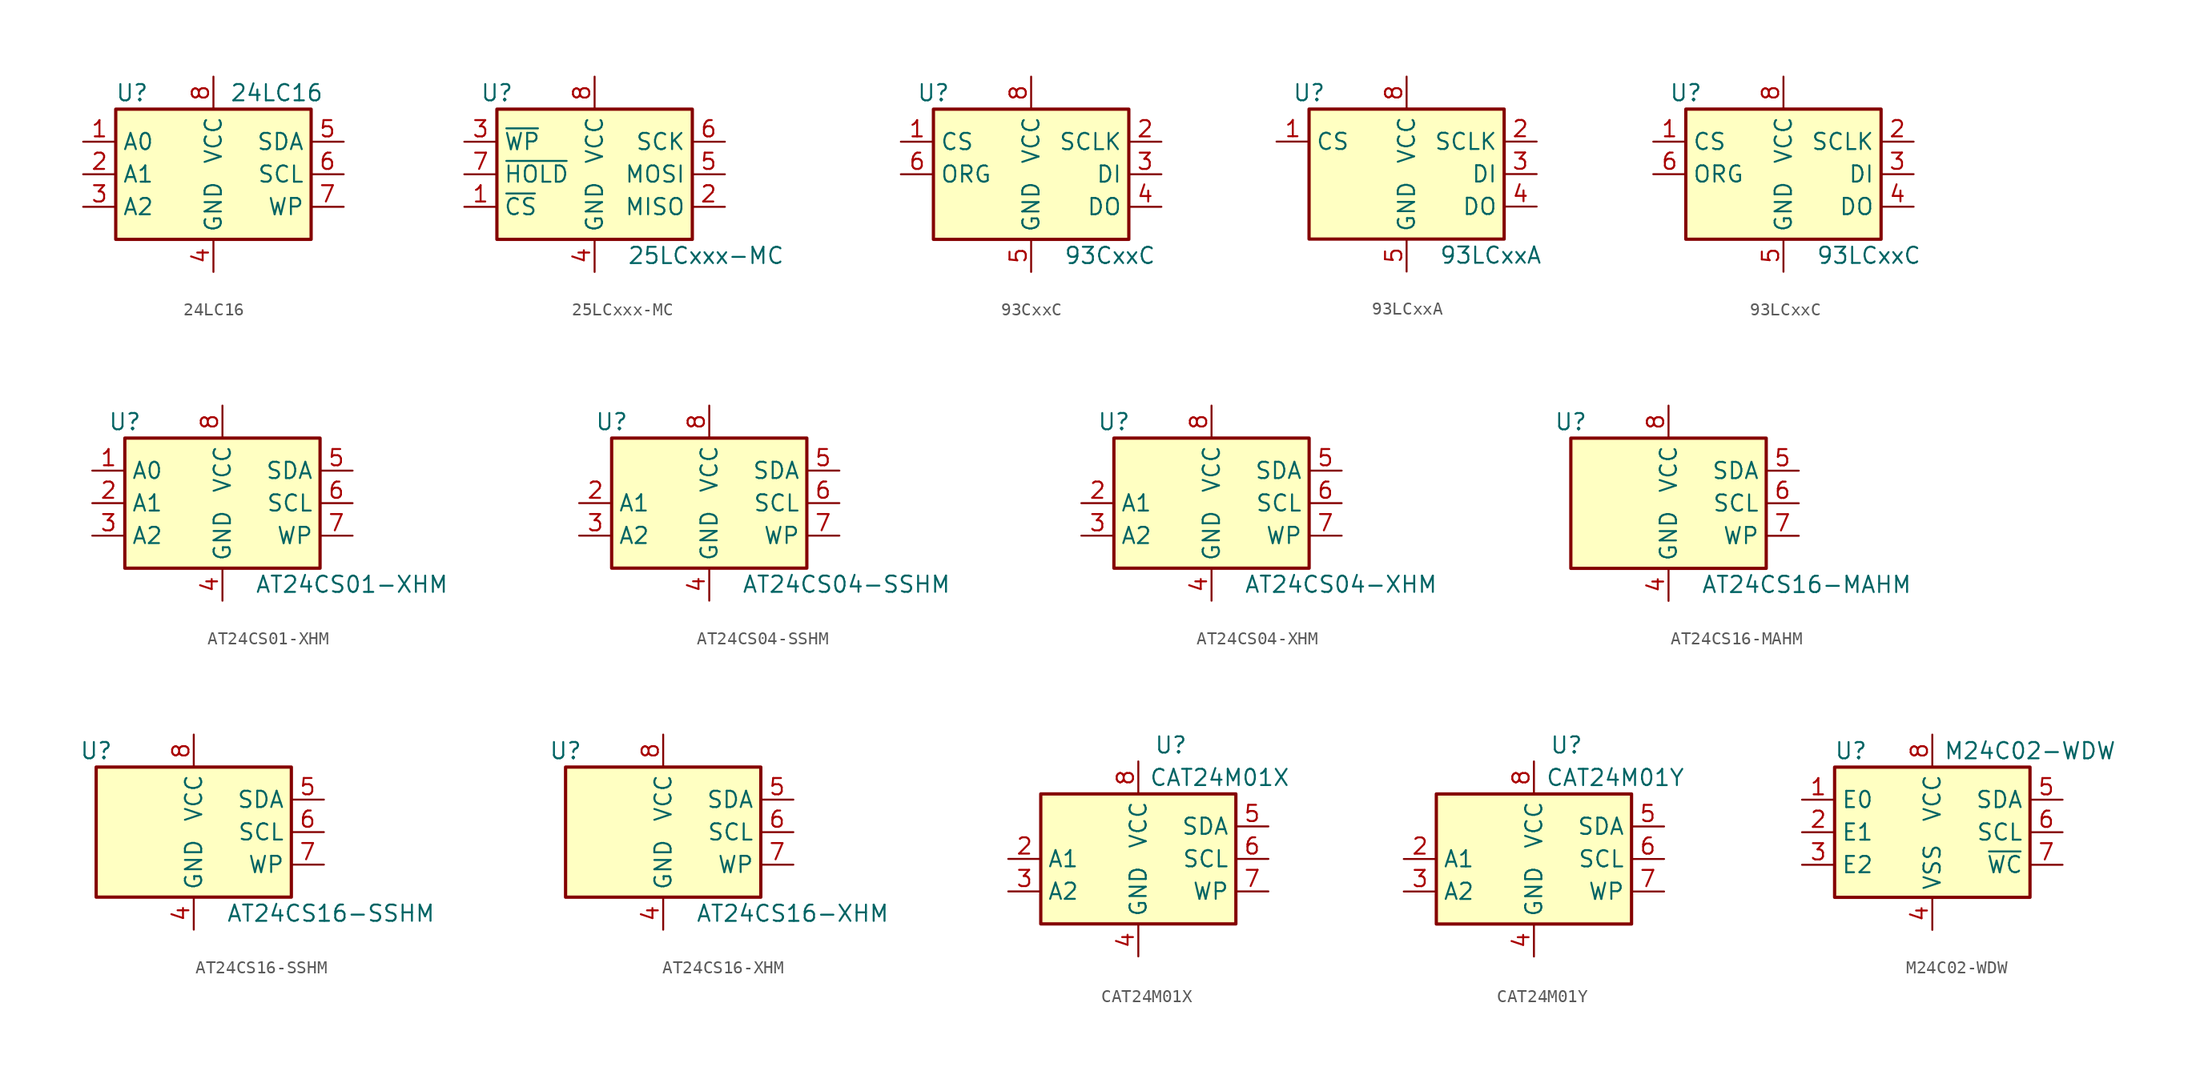
<source format=kicad_sym>
(kicad_symbol_lib
  (version 20201005)
  (generator kicad_symbol_editor)
  (symbol "24LC16"
    (property "Reference" "U"
      (at -6.35 6.35 0)
      (effects (font (size 1.27 1.27))))
    (property "Value" "24LC16"
      (at 1.27 6.35 0)
      (effects (font (size 1.27 1.27)) (justify left)))
    (symbol "24LC16_1_1"
      (rectangle (start -7.62 5.08) (end 7.62 -5.08) (stroke (width 0.254)) (fill (type background)))
      (pin input line (at -10.16 2.54 0) (length 2.54) (name "A0" (effects (font (size 1.27 1.27)))) (number "1" (effects (font (size 1.27 1.27)))))
      (pin input line (at -10.16 0 0) (length 2.54) (name "A1" (effects (font (size 1.27 1.27)))) (number "2" (effects (font (size 1.27 1.27)))))
      (pin input line (at -10.16 -2.54 0) (length 2.54) (name "A2" (effects (font (size 1.27 1.27)))) (number "3" (effects (font (size 1.27 1.27)))))
      (pin power_in line (at 0 -7.62 90) (length 2.54) (name "GND" (effects (font (size 1.27 1.27)))) (number "4" (effects (font (size 1.27 1.27)))))
      (pin bidirectional line (at 10.16 2.54 180) (length 2.54) (name "SDA" (effects (font (size 1.27 1.27)))) (number "5" (effects (font (size 1.27 1.27)))))
      (pin input line (at 10.16 0 180) (length 2.54) (name "SCL" (effects (font (size 1.27 1.27)))) (number "6" (effects (font (size 1.27 1.27)))))
      (pin input line (at 10.16 -2.54 180) (length 2.54) (name "WP" (effects (font (size 1.27 1.27)))) (number "7" (effects (font (size 1.27 1.27)))))
      (pin power_in line (at 0 7.62 270) (length 2.54) (name "VCC" (effects (font (size 1.27 1.27)))) (number "8" (effects (font (size 1.27 1.27)))))))
  (symbol "25LCxxx-MC"
    (property "Reference" "U"
      (at -7.62 6.35 0)
      (effects (font (size 1.27 1.27))))
    (property "Value" "25LCxxx-MC"
      (at 2.54 -6.35 0)
      (effects (font (size 1.27 1.27)) (justify left)))
    (symbol "25LCxxx-MC_1_1"
      (rectangle (start -7.62 5.08) (end 7.62 -5.08) (stroke (width 0.254)) (fill (type background)))
      (pin input line (at -10.16 -2.54 0) (length 2.54) (name "~CS" (effects (font (size 1.27 1.27)))) (number "1" (effects (font (size 1.27 1.27)))))
      (pin tri_state line (at 10.16 -2.54 180) (length 2.54) (name "MISO" (effects (font (size 1.27 1.27)))) (number "2" (effects (font (size 1.27 1.27)))))
      (pin input line (at -10.16 2.54 0) (length 2.54) (name "~WP" (effects (font (size 1.27 1.27)))) (number "3" (effects (font (size 1.27 1.27)))))
      (pin power_in line (at 0 -7.62 90) (length 2.54) (name "GND" (effects (font (size 1.27 1.27)))) (number "4" (effects (font (size 1.27 1.27)))))
      (pin input line (at 10.16 0 180) (length 2.54) (name "MOSI" (effects (font (size 1.27 1.27)))) (number "5" (effects (font (size 1.27 1.27)))))
      (pin input line (at 10.16 2.54 180) (length 2.54) (name "SCK" (effects (font (size 1.27 1.27)))) (number "6" (effects (font (size 1.27 1.27)))))
      (pin input line (at -10.16 0 0) (length 2.54) (name "~HOLD" (effects (font (size 1.27 1.27)))) (number "7" (effects (font (size 1.27 1.27)))))
      (pin power_in line (at 0 7.62 270) (length 2.54) (name "VCC" (effects (font (size 1.27 1.27)))) (number "8" (effects (font (size 1.27 1.27)))))
      (pin passive line (at 0 -7.62 90) (length 2.54) hide (name "GND" (effects (font (size 1.27 1.27)))) (number "9" (effects (font (size 1.27 1.27)))))))
  (symbol "93CxxC"
    (property "Reference" "U"
      (at -7.62 6.35 0)
      (effects (font (size 1.27 1.27))))
    (property "Value" "93CxxC"
      (at 2.54 -6.35 0)
      (effects (font (size 1.27 1.27)) (justify left)))
    (symbol "93CxxC_1_1"
      (rectangle (start -7.62 5.08) (end 7.62 -5.08) (stroke (width 0.254)) (fill (type background)))
      (pin input line (at -10.16 2.54 0) (length 2.54) (name "CS" (effects (font (size 1.27 1.27)))) (number "1" (effects (font (size 1.27 1.27)))))
      (pin input line (at 10.16 2.54 180) (length 2.54) (name "SCLK" (effects (font (size 1.27 1.27)))) (number "2" (effects (font (size 1.27 1.27)))))
      (pin input line (at 10.16 0 180) (length 2.54) (name "DI" (effects (font (size 1.27 1.27)))) (number "3" (effects (font (size 1.27 1.27)))))
      (pin tri_state line (at 10.16 -2.54 180) (length 2.54) (name "DO" (effects (font (size 1.27 1.27)))) (number "4" (effects (font (size 1.27 1.27)))))
      (pin power_in line (at 0 -7.62 90) (length 2.54) (name "GND" (effects (font (size 1.27 1.27)))) (number "5" (effects (font (size 1.27 1.27)))))
      (pin input line (at -10.16 0 0) (length 2.54) (name "ORG" (effects (font (size 1.27 1.27)))) (number "6" (effects (font (size 1.27 1.27)))))
      (pin no_connect line (at -7.62 -2.54 0) (length 2.54) hide (name "NC" (effects (font (size 1.27 1.27)))) (number "7" (effects (font (size 1.27 1.27)))))
      (pin power_in line (at 0 7.62 270) (length 2.54) (name "VCC" (effects (font (size 1.27 1.27)))) (number "8" (effects (font (size 1.27 1.27)))))))
  (symbol "93LCxxA"
    (property "Reference" "U"
      (at -7.62 6.35 0)
      (effects (font (size 1.27 1.27))))
    (property "Value" "93LCxxA"
      (at 2.54 -6.35 0)
      (effects (font (size 1.27 1.27)) (justify left)))
    (symbol "93LCxxA_1_1"
      (rectangle (start -7.62 5.08) (end 7.62 -5.08) (stroke (width 0.254)) (fill (type background)))
      (pin input line (at -10.16 2.54 0) (length 2.54) (name "CS" (effects (font (size 1.27 1.27)))) (number "1" (effects (font (size 1.27 1.27)))))
      (pin input line (at 10.16 2.54 180) (length 2.54) (name "SCLK" (effects (font (size 1.27 1.27)))) (number "2" (effects (font (size 1.27 1.27)))))
      (pin input line (at 10.16 0 180) (length 2.54) (name "DI" (effects (font (size 1.27 1.27)))) (number "3" (effects (font (size 1.27 1.27)))))
      (pin tri_state line (at 10.16 -2.54 180) (length 2.54) (name "DO" (effects (font (size 1.27 1.27)))) (number "4" (effects (font (size 1.27 1.27)))))
      (pin power_in line (at 0 -7.62 90) (length 2.54) (name "GND" (effects (font (size 1.27 1.27)))) (number "5" (effects (font (size 1.27 1.27)))))
      (pin no_connect line (at -7.62 0 0) (length 2.54) hide (name "NC" (effects (font (size 1.27 1.27)))) (number "6" (effects (font (size 1.27 1.27)))))
      (pin no_connect line (at -7.62 -2.54 0) (length 2.54) hide (name "NC" (effects (font (size 1.27 1.27)))) (number "7" (effects (font (size 1.27 1.27)))))
      (pin power_in line (at 0 7.62 270) (length 2.54) (name "VCC" (effects (font (size 1.27 1.27)))) (number "8" (effects (font (size 1.27 1.27)))))))
  (symbol "93LCxxC"
    (property "Reference" "U"
      (at -7.62 6.35 0)
      (effects (font (size 1.27 1.27))))
    (property "Value" "93LCxxC"
      (at 2.54 -6.35 0)
      (effects (font (size 1.27 1.27)) (justify left)))
    (symbol "93LCxxC_1_1"
      (rectangle (start -7.62 5.08) (end 7.62 -5.08) (stroke (width 0.254)) (fill (type background)))
      (pin input line (at -10.16 2.54 0) (length 2.54) (name "CS" (effects (font (size 1.27 1.27)))) (number "1" (effects (font (size 1.27 1.27)))))
      (pin input line (at 10.16 2.54 180) (length 2.54) (name "SCLK" (effects (font (size 1.27 1.27)))) (number "2" (effects (font (size 1.27 1.27)))))
      (pin input line (at 10.16 0 180) (length 2.54) (name "DI" (effects (font (size 1.27 1.27)))) (number "3" (effects (font (size 1.27 1.27)))))
      (pin tri_state line (at 10.16 -2.54 180) (length 2.54) (name "DO" (effects (font (size 1.27 1.27)))) (number "4" (effects (font (size 1.27 1.27)))))
      (pin power_in line (at 0 -7.62 90) (length 2.54) (name "GND" (effects (font (size 1.27 1.27)))) (number "5" (effects (font (size 1.27 1.27)))))
      (pin input line (at -10.16 0 0) (length 2.54) (name "ORG" (effects (font (size 1.27 1.27)))) (number "6" (effects (font (size 1.27 1.27)))))
      (pin no_connect line (at -7.62 -2.54 0) (length 2.54) hide (name "NC" (effects (font (size 1.27 1.27)))) (number "7" (effects (font (size 1.27 1.27)))))
      (pin power_in line (at 0 7.62 270) (length 2.54) (name "VCC" (effects (font (size 1.27 1.27)))) (number "8" (effects (font (size 1.27 1.27)))))))
  (symbol "AT24CS01-XHM"
    (property "Reference" "U"
      (at -7.62 6.35 0)
      (effects (font (size 1.27 1.27))))
    (property "Value" "AT24CS01-XHM"
      (at 2.54 -6.35 0)
      (effects (font (size 1.27 1.27)) (justify left)))
    (symbol "AT24CS01-XHM_1_1"
      (rectangle (start -7.62 5.08) (end 7.62 -5.08) (stroke (width 0.254)) (fill (type background)))
      (pin input line (at -10.16 2.54 0) (length 2.54) (name "A0" (effects (font (size 1.27 1.27)))) (number "1" (effects (font (size 1.27 1.27)))))
      (pin input line (at -10.16 0 0) (length 2.54) (name "A1" (effects (font (size 1.27 1.27)))) (number "2" (effects (font (size 1.27 1.27)))))
      (pin input line (at -10.16 -2.54 0) (length 2.54) (name "A2" (effects (font (size 1.27 1.27)))) (number "3" (effects (font (size 1.27 1.27)))))
      (pin power_in line (at 0 -7.62 90) (length 2.54) (name "GND" (effects (font (size 1.27 1.27)))) (number "4" (effects (font (size 1.27 1.27)))))
      (pin bidirectional line (at 10.16 2.54 180) (length 2.54) (name "SDA" (effects (font (size 1.27 1.27)))) (number "5" (effects (font (size 1.27 1.27)))))
      (pin input line (at 10.16 0 180) (length 2.54) (name "SCL" (effects (font (size 1.27 1.27)))) (number "6" (effects (font (size 1.27 1.27)))))
      (pin input line (at 10.16 -2.54 180) (length 2.54) (name "WP" (effects (font (size 1.27 1.27)))) (number "7" (effects (font (size 1.27 1.27)))))
      (pin power_in line (at 0 7.62 270) (length 2.54) (name "VCC" (effects (font (size 1.27 1.27)))) (number "8" (effects (font (size 1.27 1.27)))))))
  (symbol "AT24CS04-SSHM"
    (property "Reference" "U"
      (at -7.62 6.35 0)
      (effects (font (size 1.27 1.27))))
    (property "Value" "AT24CS04-SSHM"
      (at 2.54 -6.35 0)
      (effects (font (size 1.27 1.27)) (justify left)))
    (symbol "AT24CS04-SSHM_1_1"
      (rectangle (start -7.62 5.08) (end 7.62 -5.08) (stroke (width 0.254)) (fill (type background)))
      (pin input line (at -10.16 0 0) (length 2.54) (name "A1" (effects (font (size 1.27 1.27)))) (number "2" (effects (font (size 1.27 1.27)))))
      (pin input line (at -10.16 -2.54 0) (length 2.54) (name "A2" (effects (font (size 1.27 1.27)))) (number "3" (effects (font (size 1.27 1.27)))))
      (pin power_in line (at 0 -7.62 90) (length 2.54) (name "GND" (effects (font (size 1.27 1.27)))) (number "4" (effects (font (size 1.27 1.27)))))
      (pin bidirectional line (at 10.16 2.54 180) (length 2.54) (name "SDA" (effects (font (size 1.27 1.27)))) (number "5" (effects (font (size 1.27 1.27)))))
      (pin input line (at 10.16 0 180) (length 2.54) (name "SCL" (effects (font (size 1.27 1.27)))) (number "6" (effects (font (size 1.27 1.27)))))
      (pin input line (at 10.16 -2.54 180) (length 2.54) (name "WP" (effects (font (size 1.27 1.27)))) (number "7" (effects (font (size 1.27 1.27)))))
      (pin power_in line (at 0 7.62 270) (length 2.54) (name "VCC" (effects (font (size 1.27 1.27)))) (number "8" (effects (font (size 1.27 1.27)))))))
  (symbol "AT24CS04-XHM"
    (property "Reference" "U"
      (at -7.62 6.35 0)
      (effects (font (size 1.27 1.27))))
    (property "Value" "AT24CS04-XHM"
      (at 2.54 -6.35 0)
      (effects (font (size 1.27 1.27)) (justify left)))
    (symbol "AT24CS04-XHM_1_1"
      (rectangle (start -7.62 5.08) (end 7.62 -5.08) (stroke (width 0.254)) (fill (type background)))
      (pin input line (at -10.16 0 0) (length 2.54) (name "A1" (effects (font (size 1.27 1.27)))) (number "2" (effects (font (size 1.27 1.27)))))
      (pin input line (at -10.16 -2.54 0) (length 2.54) (name "A2" (effects (font (size 1.27 1.27)))) (number "3" (effects (font (size 1.27 1.27)))))
      (pin power_in line (at 0 -7.62 90) (length 2.54) (name "GND" (effects (font (size 1.27 1.27)))) (number "4" (effects (font (size 1.27 1.27)))))
      (pin bidirectional line (at 10.16 2.54 180) (length 2.54) (name "SDA" (effects (font (size 1.27 1.27)))) (number "5" (effects (font (size 1.27 1.27)))))
      (pin input line (at 10.16 0 180) (length 2.54) (name "SCL" (effects (font (size 1.27 1.27)))) (number "6" (effects (font (size 1.27 1.27)))))
      (pin input line (at 10.16 -2.54 180) (length 2.54) (name "WP" (effects (font (size 1.27 1.27)))) (number "7" (effects (font (size 1.27 1.27)))))
      (pin power_in line (at 0 7.62 270) (length 2.54) (name "VCC" (effects (font (size 1.27 1.27)))) (number "8" (effects (font (size 1.27 1.27)))))))
  (symbol "AT24CS16-MAHM"
    (property "Reference" "U"
      (at -7.62 6.35 0)
      (effects (font (size 1.27 1.27))))
    (property "Value" "AT24CS16-MAHM"
      (at 2.54 -6.35 0)
      (effects (font (size 1.27 1.27)) (justify left)))
    (symbol "AT24CS16-MAHM_1_1"
      (rectangle (start -7.62 5.08) (end 7.62 -5.08) (stroke (width 0.254)) (fill (type background)))
      (pin power_in line (at 0 -7.62 90) (length 2.54) (name "GND" (effects (font (size 1.27 1.27)))) (number "4" (effects (font (size 1.27 1.27)))))
      (pin bidirectional line (at 10.16 2.54 180) (length 2.54) (name "SDA" (effects (font (size 1.27 1.27)))) (number "5" (effects (font (size 1.27 1.27)))))
      (pin input line (at 10.16 0 180) (length 2.54) (name "SCL" (effects (font (size 1.27 1.27)))) (number "6" (effects (font (size 1.27 1.27)))))
      (pin input line (at 10.16 -2.54 180) (length 2.54) (name "WP" (effects (font (size 1.27 1.27)))) (number "7" (effects (font (size 1.27 1.27)))))
      (pin power_in line (at 0 7.62 270) (length 2.54) (name "VCC" (effects (font (size 1.27 1.27)))) (number "8" (effects (font (size 1.27 1.27)))))))
  (symbol "AT24CS16-SSHM"
    (property "Reference" "U"
      (at -7.62 6.35 0)
      (effects (font (size 1.27 1.27))))
    (property "Value" "AT24CS16-SSHM"
      (at 2.54 -6.35 0)
      (effects (font (size 1.27 1.27)) (justify left)))
    (symbol "AT24CS16-SSHM_1_1"
      (rectangle (start -7.62 5.08) (end 7.62 -5.08) (stroke (width 0.254)) (fill (type background)))
      (pin power_in line (at 0 -7.62 90) (length 2.54) (name "GND" (effects (font (size 1.27 1.27)))) (number "4" (effects (font (size 1.27 1.27)))))
      (pin bidirectional line (at 10.16 2.54 180) (length 2.54) (name "SDA" (effects (font (size 1.27 1.27)))) (number "5" (effects (font (size 1.27 1.27)))))
      (pin input line (at 10.16 0 180) (length 2.54) (name "SCL" (effects (font (size 1.27 1.27)))) (number "6" (effects (font (size 1.27 1.27)))))
      (pin input line (at 10.16 -2.54 180) (length 2.54) (name "WP" (effects (font (size 1.27 1.27)))) (number "7" (effects (font (size 1.27 1.27)))))
      (pin power_in line (at 0 7.62 270) (length 2.54) (name "VCC" (effects (font (size 1.27 1.27)))) (number "8" (effects (font (size 1.27 1.27)))))))
  (symbol "AT24CS16-XHM"
    (property "Reference" "U"
      (at -7.62 6.35 0)
      (effects (font (size 1.27 1.27))))
    (property "Value" "AT24CS16-XHM"
      (at 2.54 -6.35 0)
      (effects (font (size 1.27 1.27)) (justify left)))
    (symbol "AT24CS16-XHM_1_1"
      (rectangle (start -7.62 5.08) (end 7.62 -5.08) (stroke (width 0.254)) (fill (type background)))
      (pin power_in line (at 0 -7.62 90) (length 2.54) (name "GND" (effects (font (size 1.27 1.27)))) (number "4" (effects (font (size 1.27 1.27)))))
      (pin bidirectional line (at 10.16 2.54 180) (length 2.54) (name "SDA" (effects (font (size 1.27 1.27)))) (number "5" (effects (font (size 1.27 1.27)))))
      (pin input line (at 10.16 0 180) (length 2.54) (name "SCL" (effects (font (size 1.27 1.27)))) (number "6" (effects (font (size 1.27 1.27)))))
      (pin input line (at 10.16 -2.54 180) (length 2.54) (name "WP" (effects (font (size 1.27 1.27)))) (number "7" (effects (font (size 1.27 1.27)))))
      (pin power_in line (at 0 7.62 270) (length 2.54) (name "VCC" (effects (font (size 1.27 1.27)))) (number "8" (effects (font (size 1.27 1.27)))))))
  (symbol "CAT24M01X"
    (property "Reference" "U"
      (at 2.54 8.89 0)
      (effects (font (size 1.27 1.27))))
    (property "Value" "CAT24M01X"
      (at 6.35 6.35 0)
      (effects (font (size 1.27 1.27))))
    (symbol "CAT24M01X_1_1"
      (rectangle (start -7.62 5.08) (end 7.62 -5.08) (stroke (width 0.254)) (fill (type background)))
      (pin no_connect line (at -7.62 2.54 0) (length 2.54) hide (name "NC" (effects (font (size 1.27 1.27)))) (number "1" (effects (font (size 1.27 1.27)))))
      (pin input line (at -10.16 0 0) (length 2.54) (name "A1" (effects (font (size 1.27 1.27)))) (number "2" (effects (font (size 1.27 1.27)))))
      (pin input line (at -10.16 -2.54 0) (length 2.54) (name "A2" (effects (font (size 1.27 1.27)))) (number "3" (effects (font (size 1.27 1.27)))))
      (pin power_in line (at 0 -7.62 90) (length 2.54) (name "GND" (effects (font (size 1.27 1.27)))) (number "4" (effects (font (size 1.27 1.27)))))
      (pin bidirectional line (at 10.16 2.54 180) (length 2.54) (name "SDA" (effects (font (size 1.27 1.27)))) (number "5" (effects (font (size 1.27 1.27)))))
      (pin input line (at 10.16 0 180) (length 2.54) (name "SCL" (effects (font (size 1.27 1.27)))) (number "6" (effects (font (size 1.27 1.27)))))
      (pin input line (at 10.16 -2.54 180) (length 2.54) (name "WP" (effects (font (size 1.27 1.27)))) (number "7" (effects (font (size 1.27 1.27)))))
      (pin power_in line (at 0 7.62 270) (length 2.54) (name "VCC" (effects (font (size 1.27 1.27)))) (number "8" (effects (font (size 1.27 1.27)))))))
  (symbol "CAT24M01Y"
    (property "Reference" "U"
      (at 2.54 8.89 0)
      (effects (font (size 1.27 1.27))))
    (property "Value" "CAT24M01Y"
      (at 6.35 6.35 0)
      (effects (font (size 1.27 1.27))))
    (symbol "CAT24M01Y_1_1"
      (rectangle (start -7.62 5.08) (end 7.62 -5.08) (stroke (width 0.254)) (fill (type background)))
      (pin no_connect line (at -7.62 2.54 0) (length 2.54) hide (name "NC" (effects (font (size 1.27 1.27)))) (number "1" (effects (font (size 1.27 1.27)))))
      (pin input line (at -10.16 0 0) (length 2.54) (name "A1" (effects (font (size 1.27 1.27)))) (number "2" (effects (font (size 1.27 1.27)))))
      (pin input line (at -10.16 -2.54 0) (length 2.54) (name "A2" (effects (font (size 1.27 1.27)))) (number "3" (effects (font (size 1.27 1.27)))))
      (pin power_in line (at 0 -7.62 90) (length 2.54) (name "GND" (effects (font (size 1.27 1.27)))) (number "4" (effects (font (size 1.27 1.27)))))
      (pin bidirectional line (at 10.16 2.54 180) (length 2.54) (name "SDA" (effects (font (size 1.27 1.27)))) (number "5" (effects (font (size 1.27 1.27)))))
      (pin input line (at 10.16 0 180) (length 2.54) (name "SCL" (effects (font (size 1.27 1.27)))) (number "6" (effects (font (size 1.27 1.27)))))
      (pin input line (at 10.16 -2.54 180) (length 2.54) (name "WP" (effects (font (size 1.27 1.27)))) (number "7" (effects (font (size 1.27 1.27)))))
      (pin power_in line (at 0 7.62 270) (length 2.54) (name "VCC" (effects (font (size 1.27 1.27)))) (number "8" (effects (font (size 1.27 1.27)))))))
  (symbol "M24C02-WDW"
    (property "Reference" "U"
      (at -6.35 6.35 0)
      (effects (font (size 1.27 1.27))))
    (property "Value" "M24C02-WDW"
      (at 7.62 6.35 0)
      (effects (font (size 1.27 1.27))))
    (symbol "M24C02-WDW_0_1"
      (rectangle (start -7.62 5.08) (end 7.62 -5.08) (stroke (width 0.254)) (fill (type background))))
    (symbol "M24C02-WDW_1_1"
      (pin input line (at -10.16 2.54 0) (length 2.54) (name "E0" (effects (font (size 1.27 1.27)))) (number "1" (effects (font (size 1.27 1.27)))))
      (pin input line (at -10.16 0 0) (length 2.54) (name "E1" (effects (font (size 1.27 1.27)))) (number "2" (effects (font (size 1.27 1.27)))))
      (pin input line (at -10.16 -2.54 0) (length 2.54) (name "E2" (effects (font (size 1.27 1.27)))) (number "3" (effects (font (size 1.27 1.27)))))
      (pin power_in line (at 0 -7.62 90) (length 2.54) (name "VSS" (effects (font (size 1.27 1.27)))) (number "4" (effects (font (size 1.27 1.27)))))
      (pin bidirectional line (at 10.16 2.54 180) (length 2.54) (name "SDA" (effects (font (size 1.27 1.27)))) (number "5" (effects (font (size 1.27 1.27)))))
      (pin input line (at 10.16 0 180) (length 2.54) (name "SCL" (effects (font (size 1.27 1.27)))) (number "6" (effects (font (size 1.27 1.27)))))
      (pin input line (at 10.16 -2.54 180) (length 2.54) (name "~WC" (effects (font (size 1.27 1.27)))) (number "7" (effects (font (size 1.27 1.27)))))
      (pin power_in line (at 0 7.62 270) (length 2.54) (name "VCC" (effects (font (size 1.27 1.27)))) (number "8" (effects (font (size 1.27 1.27))))))))
</source>
